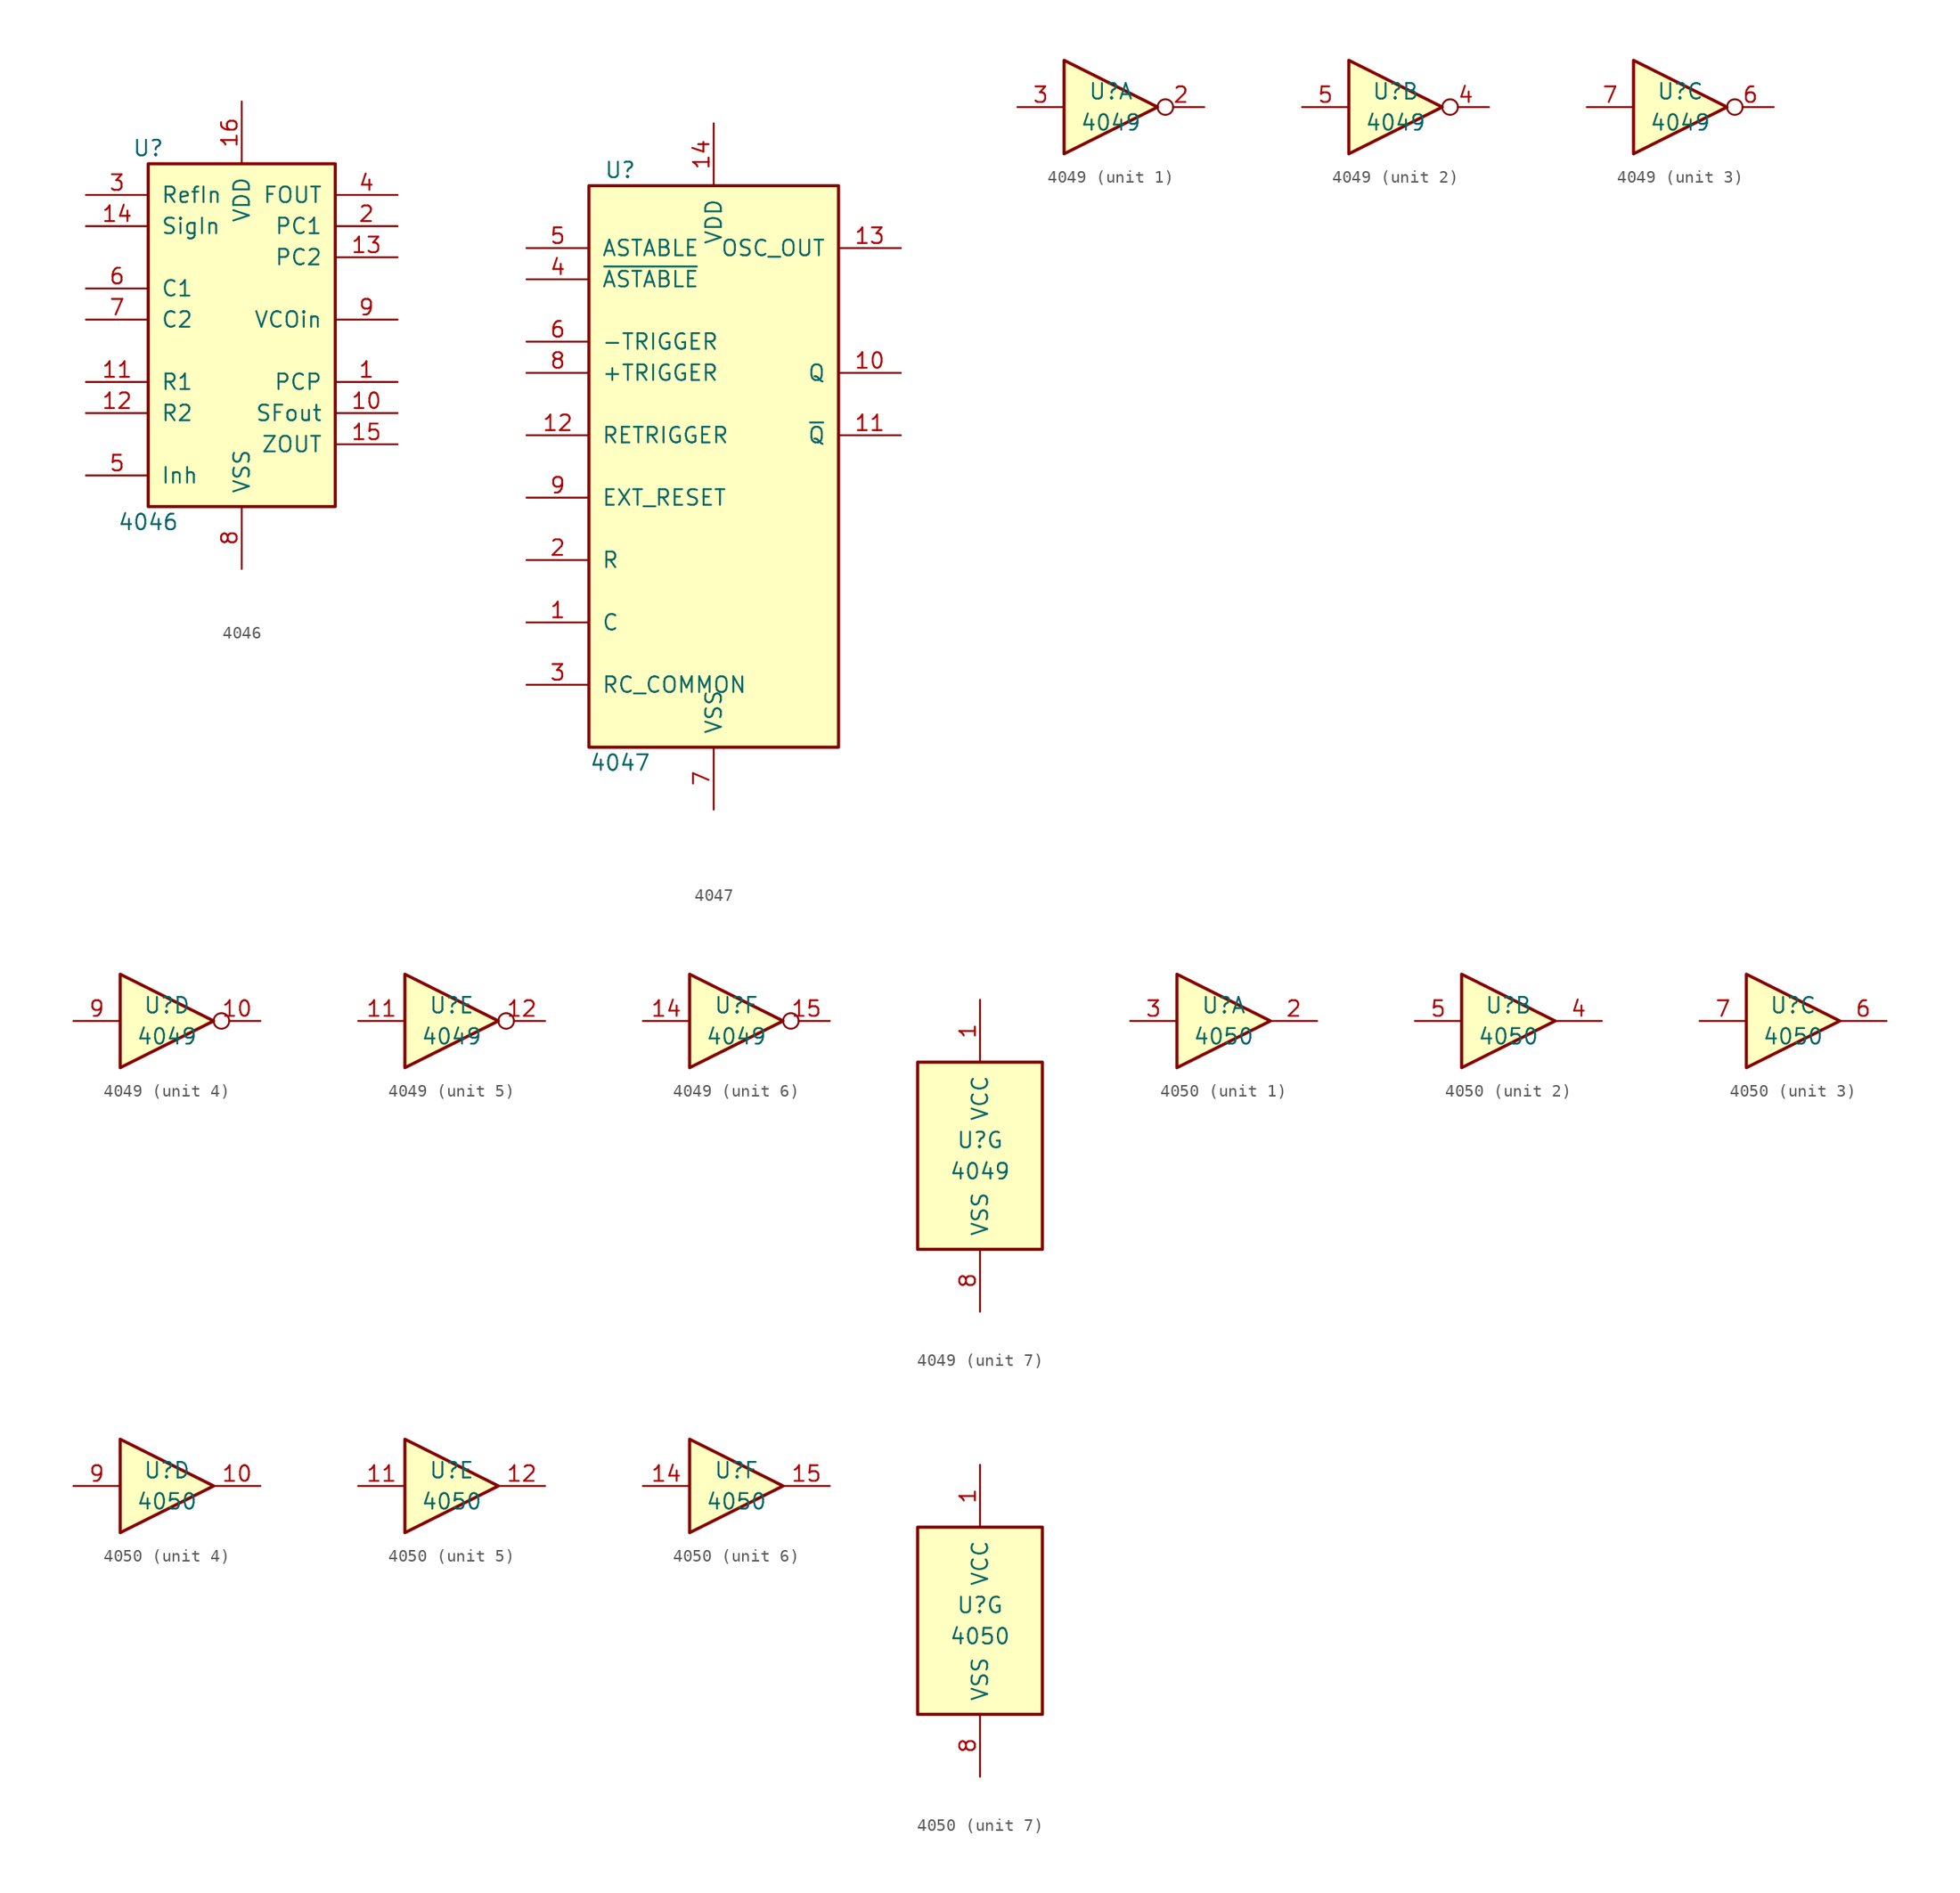
<source format=kicad_sym>
(kicad_symbol_lib
  (version 20201005)
  (generator kicad_symbol_editor)
  (symbol "4xxx:4046"
    (pin_names
      (offset 1.016))
    (property "Reference" "U"
      (at -7.62 13.97 0)
      (effects (font (size 1.27 1.27))))
    (property "Value" "4046"
      (at -7.62 -16.51 0)
      (effects (font (size 1.27 1.27))))
    (property "ki_locked" ""
      (at 0 0 0)
      (effects (font (size 1.27 1.27))))
    (symbol "4046_1_0"
      (pin output line (at 12.7 -5.08 180) (length 5.08) (name "PCP" (effects (font (size 1.27 1.27)))) (number "1" (effects (font (size 1.27 1.27)))))
      (pin output line (at 12.7 -7.62 180) (length 5.08) (name "SFout" (effects (font (size 1.27 1.27)))) (number "10" (effects (font (size 1.27 1.27)))))
      (pin input line (at -12.7 -5.08 0) (length 5.08) (name "R1" (effects (font (size 1.27 1.27)))) (number "11" (effects (font (size 1.27 1.27)))))
      (pin input line (at -12.7 -7.62 0) (length 5.08) (name "R2" (effects (font (size 1.27 1.27)))) (number "12" (effects (font (size 1.27 1.27)))))
      (pin tri_state line (at 12.7 5.08 180) (length 5.08) (name "PC2" (effects (font (size 1.27 1.27)))) (number "13" (effects (font (size 1.27 1.27)))))
      (pin input line (at -12.7 10.16 0) (length 5.08) (name "RefIn" (effects (font (size 1.27 1.27)))) (number "3" (effects (font (size 1.27 1.27)))))
      (pin output line (at 12.7 -10.16 180) (length 5.08) (name "ZOUT" (effects (font (size 1.27 1.27)))) (number "15" (effects (font (size 1.27 1.27)))))
      (pin power_in line (at 0 17.78 270) (length 5.08) (name "VDD" (effects (font (size 1.27 1.27)))) (number "16" (effects (font (size 1.27 1.27)))))
      (pin output line (at 12.7 7.62 180) (length 5.08) (name "PC1" (effects (font (size 1.27 1.27)))) (number "2" (effects (font (size 1.27 1.27)))))
      (pin input line (at -12.7 7.62 0) (length 5.08) (name "SigIn" (effects (font (size 1.27 1.27)))) (number "14" (effects (font (size 1.27 1.27)))))
      (pin input line (at 12.7 10.16 180) (length 5.08) (name "FOUT" (effects (font (size 1.27 1.27)))) (number "4" (effects (font (size 1.27 1.27)))))
      (pin input line (at -12.7 -12.7 0) (length 5.08) (name "Inh" (effects (font (size 1.27 1.27)))) (number "5" (effects (font (size 1.27 1.27)))))
      (pin input line (at -12.7 2.54 0) (length 5.08) (name "C1" (effects (font (size 1.27 1.27)))) (number "6" (effects (font (size 1.27 1.27)))))
      (pin input line (at -12.7 0 0) (length 5.08) (name "C2" (effects (font (size 1.27 1.27)))) (number "7" (effects (font (size 1.27 1.27)))))
      (pin power_in line (at 0 -20.32 90) (length 5.08) (name "VSS" (effects (font (size 1.27 1.27)))) (number "8" (effects (font (size 1.27 1.27)))))
      (pin input line (at 12.7 0 180) (length 5.08) (name "VCOin" (effects (font (size 1.27 1.27)))) (number "9" (effects (font (size 1.27 1.27))))))
    (symbol "4046_1_1"
      (rectangle (start -7.62 12.7) (end 7.62 -15.24) (stroke (width 0.254)) (fill (type background)))))
  (symbol "4xxx:4047"
    (pin_names
      (offset 1.016))
    (property "Reference" "U"
      (at -7.62 24.13 0)
      (effects (font (size 1.27 1.27))))
    (property "Value" "4047"
      (at -7.62 -24.13 0)
      (effects (font (size 1.27 1.27))))
    (property "ki_locked" ""
      (at 0 0 0)
      (effects (font (size 1.27 1.27))))
    (symbol "4047_1_0"
      (pin input line (at -15.24 -12.7 0) (length 5.08) (name "C" (effects (font (size 1.27 1.27)))) (number "1" (effects (font (size 1.27 1.27)))))
      (pin output line (at 15.24 7.62 180) (length 5.08) (name "Q" (effects (font (size 1.27 1.27)))) (number "10" (effects (font (size 1.27 1.27)))))
      (pin output line (at 15.24 2.54 180) (length 5.08) (name "~Q" (effects (font (size 1.27 1.27)))) (number "11" (effects (font (size 1.27 1.27)))))
      (pin input line (at -15.24 2.54 0) (length 5.08) (name "RETRIGGER" (effects (font (size 1.27 1.27)))) (number "12" (effects (font (size 1.27 1.27)))))
      (pin output line (at 15.24 17.78 180) (length 5.08) (name "OSC_OUT" (effects (font (size 1.27 1.27)))) (number "13" (effects (font (size 1.27 1.27)))))
      (pin power_in line (at 0 27.94 270) (length 5.08) (name "VDD" (effects (font (size 1.27 1.27)))) (number "14" (effects (font (size 1.27 1.27)))))
      (pin input line (at -15.24 -7.62 0) (length 5.08) (name "R" (effects (font (size 1.27 1.27)))) (number "2" (effects (font (size 1.27 1.27)))))
      (pin input line (at -15.24 -17.78 0) (length 5.08) (name "RC_COMMON" (effects (font (size 1.27 1.27)))) (number "3" (effects (font (size 1.27 1.27)))))
      (pin input line (at -15.24 15.24 0) (length 5.08) (name "~ASTABLE" (effects (font (size 1.27 1.27)))) (number "4" (effects (font (size 1.27 1.27)))))
      (pin input line (at -15.24 17.78 0) (length 5.08) (name "ASTABLE" (effects (font (size 1.27 1.27)))) (number "5" (effects (font (size 1.27 1.27)))))
      (pin input line (at -15.24 10.16 0) (length 5.08) (name "-TRIGGER" (effects (font (size 1.27 1.27)))) (number "6" (effects (font (size 1.27 1.27)))))
      (pin power_in line (at 0 -27.94 90) (length 5.08) (name "VSS" (effects (font (size 1.27 1.27)))) (number "7" (effects (font (size 1.27 1.27)))))
      (pin input line (at -15.24 7.62 0) (length 5.08) (name "+TRIGGER" (effects (font (size 1.27 1.27)))) (number "8" (effects (font (size 1.27 1.27)))))
      (pin input line (at -15.24 -2.54 0) (length 5.08) (name "EXT_RESET" (effects (font (size 1.27 1.27)))) (number "9" (effects (font (size 1.27 1.27))))))
    (symbol "4047_1_1"
      (rectangle (start -10.16 22.86) (end 10.16 -22.86) (stroke (width 0.254)) (fill (type background)))))
  (symbol "4xxx:4049"
    (pin_names
      (offset 1.016))
    (property "Reference" "U"
      (at 0 1.27 0)
      (effects (font (size 1.27 1.27))))
    (property "Value" "4049"
      (at 0 -1.27 0)
      (effects (font (size 1.27 1.27))))
    (property "ki_locked" ""
      (at 0 0 0)
      (effects (font (size 1.27 1.27))))
    (symbol "4049_1_0"
      (polyline (pts (xy -3.81 3.81) (xy -3.81 -3.81) (xy 3.81 0) (xy -3.81 3.81)) (stroke (width 0.254)) (fill (type background)))
      (pin output inverted (at 7.62 0 180) (length 3.81) (name "~" (effects (font (size 1.27 1.27)))) (number "2" (effects (font (size 1.27 1.27)))))
      (pin input line (at -7.62 0 0) (length 3.81) (name "~" (effects (font (size 1.27 1.27)))) (number "3" (effects (font (size 1.27 1.27))))))
    (symbol "4049_2_0"
      (polyline (pts (xy -3.81 3.81) (xy -3.81 -3.81) (xy 3.81 0) (xy -3.81 3.81)) (stroke (width 0.254)) (fill (type background)))
      (pin output inverted (at 7.62 0 180) (length 3.81) (name "~" (effects (font (size 1.27 1.27)))) (number "4" (effects (font (size 1.27 1.27)))))
      (pin input line (at -7.62 0 0) (length 3.81) (name "~" (effects (font (size 1.27 1.27)))) (number "5" (effects (font (size 1.27 1.27))))))
    (symbol "4049_3_0"
      (polyline (pts (xy -3.81 3.81) (xy -3.81 -3.81) (xy 3.81 0) (xy -3.81 3.81)) (stroke (width 0.254)) (fill (type background)))
      (pin output inverted (at 7.62 0 180) (length 3.81) (name "~" (effects (font (size 1.27 1.27)))) (number "6" (effects (font (size 1.27 1.27)))))
      (pin input line (at -7.62 0 0) (length 3.81) (name "~" (effects (font (size 1.27 1.27)))) (number "7" (effects (font (size 1.27 1.27))))))
    (symbol "4049_4_0"
      (polyline (pts (xy -3.81 3.81) (xy -3.81 -3.81) (xy 3.81 0) (xy -3.81 3.81)) (stroke (width 0.254)) (fill (type background)))
      (pin output inverted (at 7.62 0 180) (length 3.81) (name "~" (effects (font (size 1.27 1.27)))) (number "10" (effects (font (size 1.27 1.27)))))
      (pin input line (at -7.62 0 0) (length 3.81) (name "~" (effects (font (size 1.27 1.27)))) (number "9" (effects (font (size 1.27 1.27))))))
    (symbol "4049_5_0"
      (polyline (pts (xy -3.81 3.81) (xy -3.81 -3.81) (xy 3.81 0) (xy -3.81 3.81)) (stroke (width 0.254)) (fill (type background)))
      (pin input line (at -7.62 0 0) (length 3.81) (name "~" (effects (font (size 1.27 1.27)))) (number "11" (effects (font (size 1.27 1.27)))))
      (pin output inverted (at 7.62 0 180) (length 3.81) (name "~" (effects (font (size 1.27 1.27)))) (number "12" (effects (font (size 1.27 1.27))))))
    (symbol "4049_6_0"
      (polyline (pts (xy -3.81 3.81) (xy -3.81 -3.81) (xy 3.81 0) (xy -3.81 3.81)) (stroke (width 0.254)) (fill (type background)))
      (pin input line (at -7.62 0 0) (length 3.81) (name "~" (effects (font (size 1.27 1.27)))) (number "14" (effects (font (size 1.27 1.27)))))
      (pin output inverted (at 7.62 0 180) (length 3.81) (name "~" (effects (font (size 1.27 1.27)))) (number "15" (effects (font (size 1.27 1.27))))))
    (symbol "4049_7_0"
      (pin power_in line (at 0 12.7 270) (length 5.08) (name "VCC" (effects (font (size 1.27 1.27)))) (number "1" (effects (font (size 1.27 1.27)))))
      (pin power_in line (at 0 -12.7 90) (length 5.08) (name "VSS" (effects (font (size 1.27 1.27)))) (number "8" (effects (font (size 1.27 1.27))))))
    (symbol "4049_7_1"
      (rectangle (start -5.08 7.62) (end 5.08 -7.62) (stroke (width 0.254)) (fill (type background)))))
  (symbol "4xxx:4050"
    (pin_names
      (offset 1.016))
    (property "Reference" "U"
      (at 0 1.27 0)
      (effects (font (size 1.27 1.27))))
    (property "Value" "4050"
      (at 0 -1.27 0)
      (effects (font (size 1.27 1.27))))
    (property "ki_locked" ""
      (at 0 0 0)
      (effects (font (size 1.27 1.27))))
    (symbol "4050_1_0"
      (polyline (pts (xy -3.81 3.81) (xy -3.81 -3.81) (xy 3.81 0) (xy -3.81 3.81)) (stroke (width 0.254)) (fill (type background)))
      (pin output line (at 7.62 0 180) (length 3.81) (name "~" (effects (font (size 1.27 1.27)))) (number "2" (effects (font (size 1.27 1.27)))))
      (pin input line (at -7.62 0 0) (length 3.81) (name "~" (effects (font (size 1.27 1.27)))) (number "3" (effects (font (size 1.27 1.27))))))
    (symbol "4050_2_0"
      (polyline (pts (xy -3.81 3.81) (xy -3.81 -3.81) (xy 3.81 0) (xy -3.81 3.81)) (stroke (width 0.254)) (fill (type background)))
      (pin output line (at 7.62 0 180) (length 3.81) (name "~" (effects (font (size 1.27 1.27)))) (number "4" (effects (font (size 1.27 1.27)))))
      (pin input line (at -7.62 0 0) (length 3.81) (name "~" (effects (font (size 1.27 1.27)))) (number "5" (effects (font (size 1.27 1.27))))))
    (symbol "4050_3_0"
      (polyline (pts (xy -3.81 3.81) (xy -3.81 -3.81) (xy 3.81 0) (xy -3.81 3.81)) (stroke (width 0.254)) (fill (type background)))
      (pin output line (at 7.62 0 180) (length 3.81) (name "~" (effects (font (size 1.27 1.27)))) (number "6" (effects (font (size 1.27 1.27)))))
      (pin input line (at -7.62 0 0) (length 3.81) (name "~" (effects (font (size 1.27 1.27)))) (number "7" (effects (font (size 1.27 1.27))))))
    (symbol "4050_4_0"
      (polyline (pts (xy -3.81 3.81) (xy -3.81 -3.81) (xy 3.81 0) (xy -3.81 3.81)) (stroke (width 0.254)) (fill (type background)))
      (pin output line (at 7.62 0 180) (length 3.81) (name "~" (effects (font (size 1.27 1.27)))) (number "10" (effects (font (size 1.27 1.27)))))
      (pin input line (at -7.62 0 0) (length 3.81) (name "~" (effects (font (size 1.27 1.27)))) (number "9" (effects (font (size 1.27 1.27))))))
    (symbol "4050_5_0"
      (polyline (pts (xy -3.81 3.81) (xy -3.81 -3.81) (xy 3.81 0) (xy -3.81 3.81)) (stroke (width 0.254)) (fill (type background)))
      (pin input line (at -7.62 0 0) (length 3.81) (name "~" (effects (font (size 1.27 1.27)))) (number "11" (effects (font (size 1.27 1.27)))))
      (pin output line (at 7.62 0 180) (length 3.81) (name "~" (effects (font (size 1.27 1.27)))) (number "12" (effects (font (size 1.27 1.27))))))
    (symbol "4050_6_0"
      (polyline (pts (xy -3.81 3.81) (xy -3.81 -3.81) (xy 3.81 0) (xy -3.81 3.81)) (stroke (width 0.254)) (fill (type background)))
      (pin input line (at -7.62 0 0) (length 3.81) (name "~" (effects (font (size 1.27 1.27)))) (number "14" (effects (font (size 1.27 1.27)))))
      (pin output line (at 7.62 0 180) (length 3.81) (name "~" (effects (font (size 1.27 1.27)))) (number "15" (effects (font (size 1.27 1.27))))))
    (symbol "4050_7_0"
      (pin power_in line (at 0 12.7 270) (length 5.08) (name "VCC" (effects (font (size 1.27 1.27)))) (number "1" (effects (font (size 1.27 1.27)))))
      (pin power_in line (at 0 -12.7 90) (length 5.08) (name "VSS" (effects (font (size 1.27 1.27)))) (number "8" (effects (font (size 1.27 1.27))))))
    (symbol "4050_7_1"
      (rectangle (start -5.08 7.62) (end 5.08 -7.62) (stroke (width 0.254)) (fill (type background))))))
</source>
